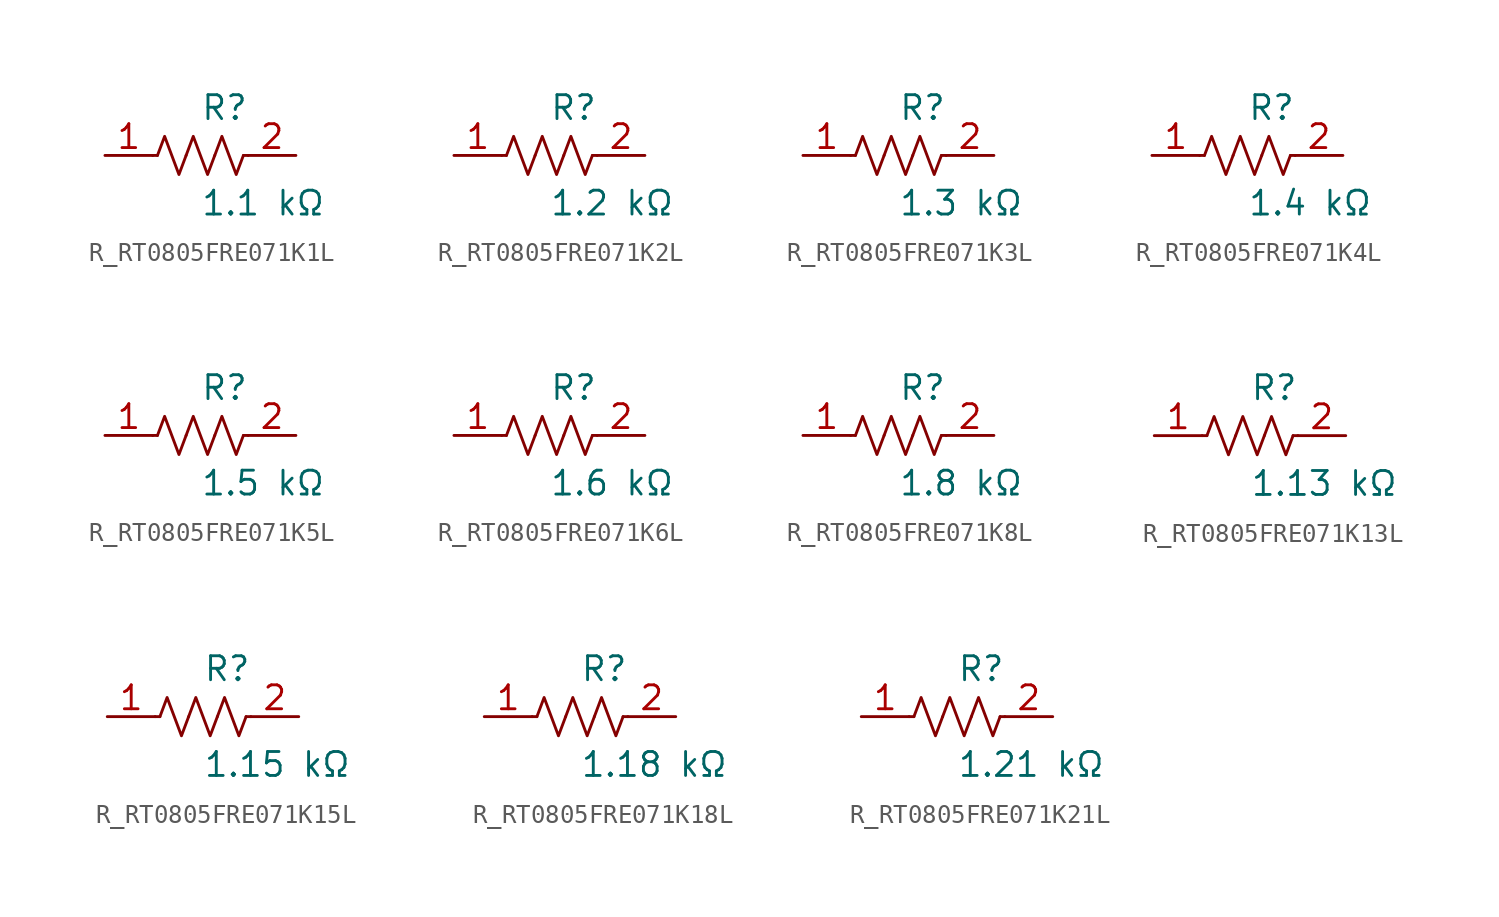
<source format=kicad_sym>
(kicad_symbol_lib
  (version 20231120)
  (generator kicad_symbol_editor)
  (generator_version 8.0)
  (symbol "R_RT0805FRE071K1L"
    (pin_names
      (offset 0.254))
    (property "Reference" "R"
      (at 0.0 2.54 0)
      (effects (font (size 1.27 1.27)) (justify left)))
    (property "Value" "1.1 kΩ"
      (at 0.0 -2.54 0)
      (effects (font (size 1.27 1.27)) (justify left)))
    (symbol "R_RT0805FRE071K1L_0_1"
      (polyline (pts (xy 2.286 0) (xy 2.54 0)) (stroke (width 0) (type default)) (fill (type none)))
      (polyline (pts (xy -2.286 0) (xy -2.54 0)) (stroke (width 0) (type default)) (fill (type none)))
      (polyline (pts (xy 0.762 0) (xy 1.143 1.016) (xy 1.524 0) (xy 1.905 -1.016) (xy 2.286 0)) (stroke (width 0) (type default)) (fill (type none)))
      (polyline (pts (xy -0.762 0) (xy -0.381 1.016) (xy 0 0) (xy 0.381 -1.016) (xy 0.762 0)) (stroke (width 0) (type default)) (fill (type none)))
      (polyline (pts (xy -2.286 0) (xy -1.905 1.016) (xy -1.524 0) (xy -1.143 -1.016) (xy -0.762 0)) (stroke (width 0) (type default)) (fill (type none))))
    (pin unspecified line
      (at -5.08 0 0)
      (length 2.54)
      (name "" (effects (font (size 1.27 1.27))))
      (number "1" (effects (font (size 1.27 1.27)))))
    (pin unspecified line
      (at 5.08 0 180)
      (length 2.54)
      (name "" (effects (font (size 1.27 1.27))))
      (number "2" (effects (font (size 1.27 1.27))))))
  (symbol "R_RT0805FRE071K2L"
    (pin_names
      (offset 0.254))
    (property "Reference" "R"
      (at 0.0 2.54 0)
      (effects (font (size 1.27 1.27)) (justify left)))
    (property "Value" "1.2 kΩ"
      (at 0.0 -2.54 0)
      (effects (font (size 1.27 1.27)) (justify left)))
    (symbol "R_RT0805FRE071K2L_0_1"
      (polyline (pts (xy 2.286 0) (xy 2.54 0)) (stroke (width 0) (type default)) (fill (type none)))
      (polyline (pts (xy -2.286 0) (xy -2.54 0)) (stroke (width 0) (type default)) (fill (type none)))
      (polyline (pts (xy 0.762 0) (xy 1.143 1.016) (xy 1.524 0) (xy 1.905 -1.016) (xy 2.286 0)) (stroke (width 0) (type default)) (fill (type none)))
      (polyline (pts (xy -0.762 0) (xy -0.381 1.016) (xy 0 0) (xy 0.381 -1.016) (xy 0.762 0)) (stroke (width 0) (type default)) (fill (type none)))
      (polyline (pts (xy -2.286 0) (xy -1.905 1.016) (xy -1.524 0) (xy -1.143 -1.016) (xy -0.762 0)) (stroke (width 0) (type default)) (fill (type none))))
    (pin unspecified line
      (at -5.08 0 0)
      (length 2.54)
      (name "" (effects (font (size 1.27 1.27))))
      (number "1" (effects (font (size 1.27 1.27)))))
    (pin unspecified line
      (at 5.08 0 180)
      (length 2.54)
      (name "" (effects (font (size 1.27 1.27))))
      (number "2" (effects (font (size 1.27 1.27))))))
  (symbol "R_RT0805FRE071K3L"
    (pin_names
      (offset 0.254))
    (property "Reference" "R"
      (at 0.0 2.54 0)
      (effects (font (size 1.27 1.27)) (justify left)))
    (property "Value" "1.3 kΩ"
      (at 0.0 -2.54 0)
      (effects (font (size 1.27 1.27)) (justify left)))
    (symbol "R_RT0805FRE071K3L_0_1"
      (polyline (pts (xy 2.286 0) (xy 2.54 0)) (stroke (width 0) (type default)) (fill (type none)))
      (polyline (pts (xy -2.286 0) (xy -2.54 0)) (stroke (width 0) (type default)) (fill (type none)))
      (polyline (pts (xy 0.762 0) (xy 1.143 1.016) (xy 1.524 0) (xy 1.905 -1.016) (xy 2.286 0)) (stroke (width 0) (type default)) (fill (type none)))
      (polyline (pts (xy -0.762 0) (xy -0.381 1.016) (xy 0 0) (xy 0.381 -1.016) (xy 0.762 0)) (stroke (width 0) (type default)) (fill (type none)))
      (polyline (pts (xy -2.286 0) (xy -1.905 1.016) (xy -1.524 0) (xy -1.143 -1.016) (xy -0.762 0)) (stroke (width 0) (type default)) (fill (type none))))
    (pin unspecified line
      (at -5.08 0 0)
      (length 2.54)
      (name "" (effects (font (size 1.27 1.27))))
      (number "1" (effects (font (size 1.27 1.27)))))
    (pin unspecified line
      (at 5.08 0 180)
      (length 2.54)
      (name "" (effects (font (size 1.27 1.27))))
      (number "2" (effects (font (size 1.27 1.27))))))
  (symbol "R_RT0805FRE071K4L"
    (pin_names
      (offset 0.254))
    (property "Reference" "R"
      (at 0.0 2.54 0)
      (effects (font (size 1.27 1.27)) (justify left)))
    (property "Value" "1.4 kΩ"
      (at 0.0 -2.54 0)
      (effects (font (size 1.27 1.27)) (justify left)))
    (symbol "R_RT0805FRE071K4L_0_1"
      (polyline (pts (xy 2.286 0) (xy 2.54 0)) (stroke (width 0) (type default)) (fill (type none)))
      (polyline (pts (xy -2.286 0) (xy -2.54 0)) (stroke (width 0) (type default)) (fill (type none)))
      (polyline (pts (xy 0.762 0) (xy 1.143 1.016) (xy 1.524 0) (xy 1.905 -1.016) (xy 2.286 0)) (stroke (width 0) (type default)) (fill (type none)))
      (polyline (pts (xy -0.762 0) (xy -0.381 1.016) (xy 0 0) (xy 0.381 -1.016) (xy 0.762 0)) (stroke (width 0) (type default)) (fill (type none)))
      (polyline (pts (xy -2.286 0) (xy -1.905 1.016) (xy -1.524 0) (xy -1.143 -1.016) (xy -0.762 0)) (stroke (width 0) (type default)) (fill (type none))))
    (pin unspecified line
      (at -5.08 0 0)
      (length 2.54)
      (name "" (effects (font (size 1.27 1.27))))
      (number "1" (effects (font (size 1.27 1.27)))))
    (pin unspecified line
      (at 5.08 0 180)
      (length 2.54)
      (name "" (effects (font (size 1.27 1.27))))
      (number "2" (effects (font (size 1.27 1.27))))))
  (symbol "R_RT0805FRE071K5L"
    (pin_names
      (offset 0.254))
    (property "Reference" "R"
      (at 0.0 2.54 0)
      (effects (font (size 1.27 1.27)) (justify left)))
    (property "Value" "1.5 kΩ"
      (at 0.0 -2.54 0)
      (effects (font (size 1.27 1.27)) (justify left)))
    (symbol "R_RT0805FRE071K5L_0_1"
      (polyline (pts (xy 2.286 0) (xy 2.54 0)) (stroke (width 0) (type default)) (fill (type none)))
      (polyline (pts (xy -2.286 0) (xy -2.54 0)) (stroke (width 0) (type default)) (fill (type none)))
      (polyline (pts (xy 0.762 0) (xy 1.143 1.016) (xy 1.524 0) (xy 1.905 -1.016) (xy 2.286 0)) (stroke (width 0) (type default)) (fill (type none)))
      (polyline (pts (xy -0.762 0) (xy -0.381 1.016) (xy 0 0) (xy 0.381 -1.016) (xy 0.762 0)) (stroke (width 0) (type default)) (fill (type none)))
      (polyline (pts (xy -2.286 0) (xy -1.905 1.016) (xy -1.524 0) (xy -1.143 -1.016) (xy -0.762 0)) (stroke (width 0) (type default)) (fill (type none))))
    (pin unspecified line
      (at -5.08 0 0)
      (length 2.54)
      (name "" (effects (font (size 1.27 1.27))))
      (number "1" (effects (font (size 1.27 1.27)))))
    (pin unspecified line
      (at 5.08 0 180)
      (length 2.54)
      (name "" (effects (font (size 1.27 1.27))))
      (number "2" (effects (font (size 1.27 1.27))))))
  (symbol "R_RT0805FRE071K6L"
    (pin_names
      (offset 0.254))
    (property "Reference" "R"
      (at 0.0 2.54 0)
      (effects (font (size 1.27 1.27)) (justify left)))
    (property "Value" "1.6 kΩ"
      (at 0.0 -2.54 0)
      (effects (font (size 1.27 1.27)) (justify left)))
    (symbol "R_RT0805FRE071K6L_0_1"
      (polyline (pts (xy 2.286 0) (xy 2.54 0)) (stroke (width 0) (type default)) (fill (type none)))
      (polyline (pts (xy -2.286 0) (xy -2.54 0)) (stroke (width 0) (type default)) (fill (type none)))
      (polyline (pts (xy 0.762 0) (xy 1.143 1.016) (xy 1.524 0) (xy 1.905 -1.016) (xy 2.286 0)) (stroke (width 0) (type default)) (fill (type none)))
      (polyline (pts (xy -0.762 0) (xy -0.381 1.016) (xy 0 0) (xy 0.381 -1.016) (xy 0.762 0)) (stroke (width 0) (type default)) (fill (type none)))
      (polyline (pts (xy -2.286 0) (xy -1.905 1.016) (xy -1.524 0) (xy -1.143 -1.016) (xy -0.762 0)) (stroke (width 0) (type default)) (fill (type none))))
    (pin unspecified line
      (at -5.08 0 0)
      (length 2.54)
      (name "" (effects (font (size 1.27 1.27))))
      (number "1" (effects (font (size 1.27 1.27)))))
    (pin unspecified line
      (at 5.08 0 180)
      (length 2.54)
      (name "" (effects (font (size 1.27 1.27))))
      (number "2" (effects (font (size 1.27 1.27))))))
  (symbol "R_RT0805FRE071K8L"
    (pin_names
      (offset 0.254))
    (property "Reference" "R"
      (at 0.0 2.54 0)
      (effects (font (size 1.27 1.27)) (justify left)))
    (property "Value" "1.8 kΩ"
      (at 0.0 -2.54 0)
      (effects (font (size 1.27 1.27)) (justify left)))
    (symbol "R_RT0805FRE071K8L_0_1"
      (polyline (pts (xy 2.286 0) (xy 2.54 0)) (stroke (width 0) (type default)) (fill (type none)))
      (polyline (pts (xy -2.286 0) (xy -2.54 0)) (stroke (width 0) (type default)) (fill (type none)))
      (polyline (pts (xy 0.762 0) (xy 1.143 1.016) (xy 1.524 0) (xy 1.905 -1.016) (xy 2.286 0)) (stroke (width 0) (type default)) (fill (type none)))
      (polyline (pts (xy -0.762 0) (xy -0.381 1.016) (xy 0 0) (xy 0.381 -1.016) (xy 0.762 0)) (stroke (width 0) (type default)) (fill (type none)))
      (polyline (pts (xy -2.286 0) (xy -1.905 1.016) (xy -1.524 0) (xy -1.143 -1.016) (xy -0.762 0)) (stroke (width 0) (type default)) (fill (type none))))
    (pin unspecified line
      (at -5.08 0 0)
      (length 2.54)
      (name "" (effects (font (size 1.27 1.27))))
      (number "1" (effects (font (size 1.27 1.27)))))
    (pin unspecified line
      (at 5.08 0 180)
      (length 2.54)
      (name "" (effects (font (size 1.27 1.27))))
      (number "2" (effects (font (size 1.27 1.27))))))
  (symbol "R_RT0805FRE071K13L"
    (pin_names
      (offset 0.254))
    (property "Reference" "R"
      (at 0.0 2.54 0)
      (effects (font (size 1.27 1.27)) (justify left)))
    (property "Value" "1.13 kΩ"
      (at 0.0 -2.54 0)
      (effects (font (size 1.27 1.27)) (justify left)))
    (symbol "R_RT0805FRE071K13L_0_1"
      (polyline (pts (xy 2.286 0) (xy 2.54 0)) (stroke (width 0) (type default)) (fill (type none)))
      (polyline (pts (xy -2.286 0) (xy -2.54 0)) (stroke (width 0) (type default)) (fill (type none)))
      (polyline (pts (xy 0.762 0) (xy 1.143 1.016) (xy 1.524 0) (xy 1.905 -1.016) (xy 2.286 0)) (stroke (width 0) (type default)) (fill (type none)))
      (polyline (pts (xy -0.762 0) (xy -0.381 1.016) (xy 0 0) (xy 0.381 -1.016) (xy 0.762 0)) (stroke (width 0) (type default)) (fill (type none)))
      (polyline (pts (xy -2.286 0) (xy -1.905 1.016) (xy -1.524 0) (xy -1.143 -1.016) (xy -0.762 0)) (stroke (width 0) (type default)) (fill (type none))))
    (pin unspecified line
      (at -5.08 0 0)
      (length 2.54)
      (name "" (effects (font (size 1.27 1.27))))
      (number "1" (effects (font (size 1.27 1.27)))))
    (pin unspecified line
      (at 5.08 0 180)
      (length 2.54)
      (name "" (effects (font (size 1.27 1.27))))
      (number "2" (effects (font (size 1.27 1.27))))))
  (symbol "R_RT0805FRE071K15L"
    (pin_names
      (offset 0.254))
    (property "Reference" "R"
      (at 0.0 2.54 0)
      (effects (font (size 1.27 1.27)) (justify left)))
    (property "Value" "1.15 kΩ"
      (at 0.0 -2.54 0)
      (effects (font (size 1.27 1.27)) (justify left)))
    (symbol "R_RT0805FRE071K15L_0_1"
      (polyline (pts (xy 2.286 0) (xy 2.54 0)) (stroke (width 0) (type default)) (fill (type none)))
      (polyline (pts (xy -2.286 0) (xy -2.54 0)) (stroke (width 0) (type default)) (fill (type none)))
      (polyline (pts (xy 0.762 0) (xy 1.143 1.016) (xy 1.524 0) (xy 1.905 -1.016) (xy 2.286 0)) (stroke (width 0) (type default)) (fill (type none)))
      (polyline (pts (xy -0.762 0) (xy -0.381 1.016) (xy 0 0) (xy 0.381 -1.016) (xy 0.762 0)) (stroke (width 0) (type default)) (fill (type none)))
      (polyline (pts (xy -2.286 0) (xy -1.905 1.016) (xy -1.524 0) (xy -1.143 -1.016) (xy -0.762 0)) (stroke (width 0) (type default)) (fill (type none))))
    (pin unspecified line
      (at -5.08 0 0)
      (length 2.54)
      (name "" (effects (font (size 1.27 1.27))))
      (number "1" (effects (font (size 1.27 1.27)))))
    (pin unspecified line
      (at 5.08 0 180)
      (length 2.54)
      (name "" (effects (font (size 1.27 1.27))))
      (number "2" (effects (font (size 1.27 1.27))))))
  (symbol "R_RT0805FRE071K18L"
    (pin_names
      (offset 0.254))
    (property "Reference" "R"
      (at 0.0 2.54 0)
      (effects (font (size 1.27 1.27)) (justify left)))
    (property "Value" "1.18 kΩ"
      (at 0.0 -2.54 0)
      (effects (font (size 1.27 1.27)) (justify left)))
    (symbol "R_RT0805FRE071K18L_0_1"
      (polyline (pts (xy 2.286 0) (xy 2.54 0)) (stroke (width 0) (type default)) (fill (type none)))
      (polyline (pts (xy -2.286 0) (xy -2.54 0)) (stroke (width 0) (type default)) (fill (type none)))
      (polyline (pts (xy 0.762 0) (xy 1.143 1.016) (xy 1.524 0) (xy 1.905 -1.016) (xy 2.286 0)) (stroke (width 0) (type default)) (fill (type none)))
      (polyline (pts (xy -0.762 0) (xy -0.381 1.016) (xy 0 0) (xy 0.381 -1.016) (xy 0.762 0)) (stroke (width 0) (type default)) (fill (type none)))
      (polyline (pts (xy -2.286 0) (xy -1.905 1.016) (xy -1.524 0) (xy -1.143 -1.016) (xy -0.762 0)) (stroke (width 0) (type default)) (fill (type none))))
    (pin unspecified line
      (at -5.08 0 0)
      (length 2.54)
      (name "" (effects (font (size 1.27 1.27))))
      (number "1" (effects (font (size 1.27 1.27)))))
    (pin unspecified line
      (at 5.08 0 180)
      (length 2.54)
      (name "" (effects (font (size 1.27 1.27))))
      (number "2" (effects (font (size 1.27 1.27))))))
  (symbol "R_RT0805FRE071K21L"
    (pin_names
      (offset 0.254))
    (property "Reference" "R"
      (at 0.0 2.54 0)
      (effects (font (size 1.27 1.27)) (justify left)))
    (property "Value" "1.21 kΩ"
      (at 0.0 -2.54 0)
      (effects (font (size 1.27 1.27)) (justify left)))
    (symbol "R_RT0805FRE071K21L_0_1"
      (polyline (pts (xy 2.286 0) (xy 2.54 0)) (stroke (width 0) (type default)) (fill (type none)))
      (polyline (pts (xy -2.286 0) (xy -2.54 0)) (stroke (width 0) (type default)) (fill (type none)))
      (polyline (pts (xy 0.762 0) (xy 1.143 1.016) (xy 1.524 0) (xy 1.905 -1.016) (xy 2.286 0)) (stroke (width 0) (type default)) (fill (type none)))
      (polyline (pts (xy -0.762 0) (xy -0.381 1.016) (xy 0 0) (xy 0.381 -1.016) (xy 0.762 0)) (stroke (width 0) (type default)) (fill (type none)))
      (polyline (pts (xy -2.286 0) (xy -1.905 1.016) (xy -1.524 0) (xy -1.143 -1.016) (xy -0.762 0)) (stroke (width 0) (type default)) (fill (type none))))
    (pin unspecified line
      (at -5.08 0 0)
      (length 2.54)
      (name "" (effects (font (size 1.27 1.27))))
      (number "1" (effects (font (size 1.27 1.27)))))
    (pin unspecified line
      (at 5.08 0 180)
      (length 2.54)
      (name "" (effects (font (size 1.27 1.27))))
      (number "2" (effects (font (size 1.27 1.27)))))))
</source>
